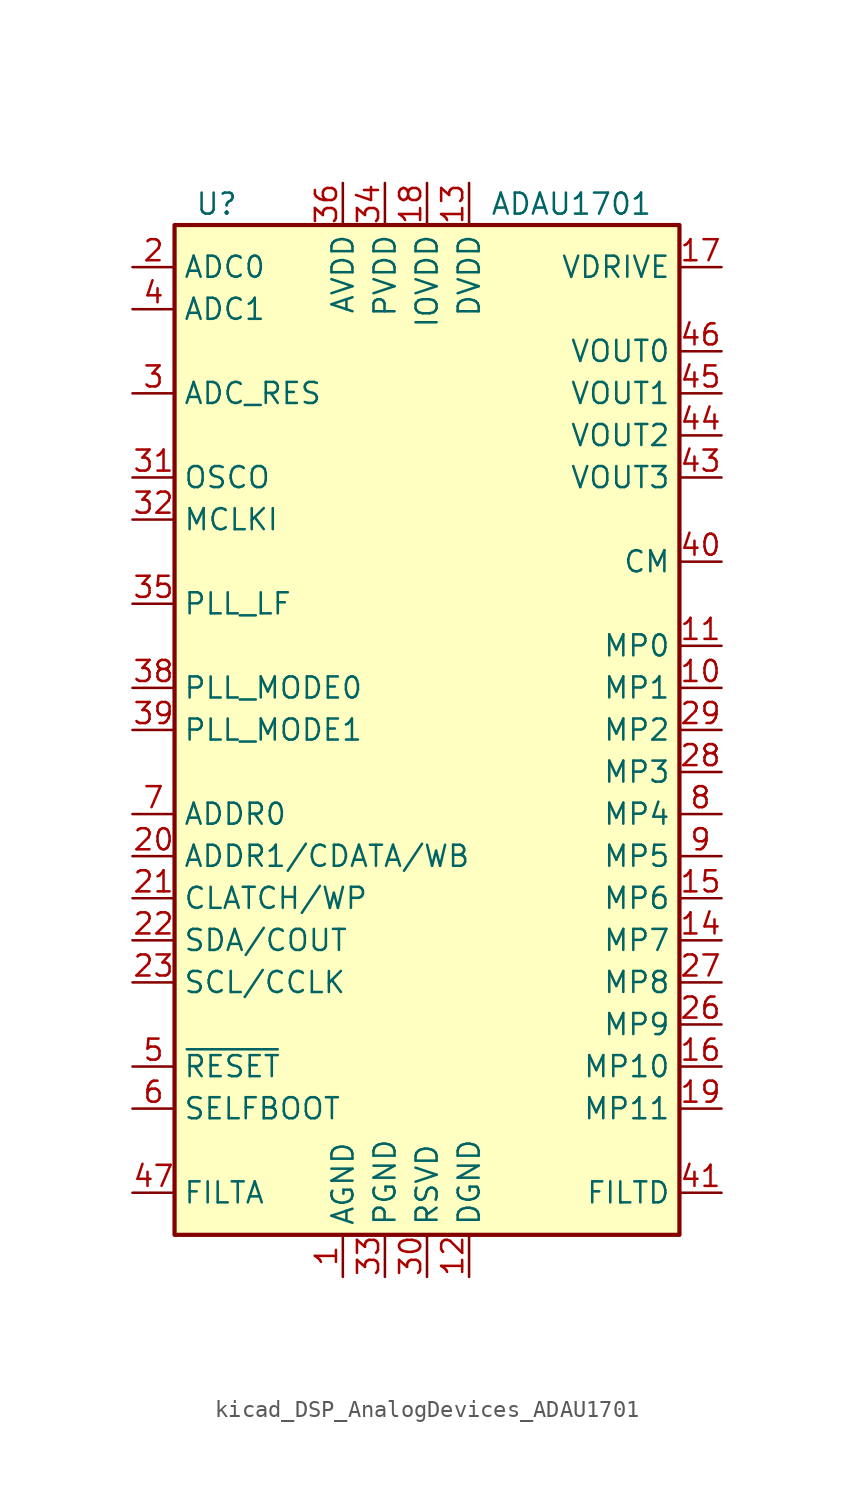
<source format=kicad_sym>
(kicad_symbol_lib
  (version 20220914)
  (generator kicad_symbol_editor)
  (symbol "kicad_DSP_AnalogDevices_ADAU1701"
    (property "Reference" "U"
      (at -12.7 31.75 0)
      (effects (font (size 1.27 1.27))))
    (property "Value" "ADAU1701"
      (at 3.81 31.75 0)
      (effects (font (size 1.27 1.27)) (justify left)))
    (symbol "kicad_DSP_AnalogDevices_ADAU1701_0_1"
      (rectangle (start -15.24 30.48) (end 15.24 -30.48) (stroke (width 0.254) (type default)) (fill (type background))))
    (symbol "kicad_DSP_AnalogDevices_ADAU1701_1_1"
      (pin power_in line (at -5.08 -33.02 90) (length 2.54) (name "AGND" (effects (font (size 1.27 1.27)))) (number "1" (effects (font (size 1.27 1.27)))))
      (pin bidirectional line (at 17.78 2.54 180) (length 2.54) (name "MP1" (effects (font (size 1.27 1.27)))) (number "10" (effects (font (size 1.27 1.27)))))
      (pin bidirectional line (at 17.78 5.08 180) (length 2.54) (name "MP0" (effects (font (size 1.27 1.27)))) (number "11" (effects (font (size 1.27 1.27)))))
      (pin power_in line (at 2.54 -33.02 90) (length 2.54) (name "DGND" (effects (font (size 1.27 1.27)))) (number "12" (effects (font (size 1.27 1.27)))))
      (pin power_in line (at 2.54 33.02 270) (length 2.54) (name "DVDD" (effects (font (size 1.27 1.27)))) (number "13" (effects (font (size 1.27 1.27)))))
      (pin bidirectional line (at 17.78 -12.7 180) (length 2.54) (name "MP7" (effects (font (size 1.27 1.27)))) (number "14" (effects (font (size 1.27 1.27)))))
      (pin bidirectional line (at 17.78 -10.16 180) (length 2.54) (name "MP6" (effects (font (size 1.27 1.27)))) (number "15" (effects (font (size 1.27 1.27)))))
      (pin bidirectional line (at 17.78 -20.32 180) (length 2.54) (name "MP10" (effects (font (size 1.27 1.27)))) (number "16" (effects (font (size 1.27 1.27)))))
      (pin output line (at 17.78 27.94 180) (length 2.54) (name "VDRIVE" (effects (font (size 1.27 1.27)))) (number "17" (effects (font (size 1.27 1.27)))))
      (pin power_in line (at 0 33.02 270) (length 2.54) (name "IOVDD" (effects (font (size 1.27 1.27)))) (number "18" (effects (font (size 1.27 1.27)))))
      (pin bidirectional line (at 17.78 -22.86 180) (length 2.54) (name "MP11" (effects (font (size 1.27 1.27)))) (number "19" (effects (font (size 1.27 1.27)))))
      (pin input line (at -17.78 27.94 0) (length 2.54) (name "ADC0" (effects (font (size 1.27 1.27)))) (number "2" (effects (font (size 1.27 1.27)))))
      (pin input line (at -17.78 -7.62 0) (length 2.54) (name "ADDR1/CDATA/WB" (effects (font (size 1.27 1.27)))) (number "20" (effects (font (size 1.27 1.27)))))
      (pin bidirectional line (at -17.78 -10.16 0) (length 2.54) (name "CLATCH/WP" (effects (font (size 1.27 1.27)))) (number "21" (effects (font (size 1.27 1.27)))))
      (pin bidirectional line (at -17.78 -12.7 0) (length 2.54) (name "SDA/COUT" (effects (font (size 1.27 1.27)))) (number "22" (effects (font (size 1.27 1.27)))))
      (pin bidirectional line (at -17.78 -15.24 0) (length 2.54) (name "SCL/CCLK" (effects (font (size 1.27 1.27)))) (number "23" (effects (font (size 1.27 1.27)))))
      (pin passive line (at 2.54 33.02 270) (length 2.54) hide (name "DVDD" (effects (font (size 1.27 1.27)))) (number "24" (effects (font (size 1.27 1.27)))))
      (pin passive line (at 2.54 -33.02 90) (length 2.54) hide (name "DGND" (effects (font (size 1.27 1.27)))) (number "25" (effects (font (size 1.27 1.27)))))
      (pin bidirectional line (at 17.78 -17.78 180) (length 2.54) (name "MP9" (effects (font (size 1.27 1.27)))) (number "26" (effects (font (size 1.27 1.27)))))
      (pin bidirectional line (at 17.78 -15.24 180) (length 2.54) (name "MP8" (effects (font (size 1.27 1.27)))) (number "27" (effects (font (size 1.27 1.27)))))
      (pin bidirectional line (at 17.78 -2.54 180) (length 2.54) (name "MP3" (effects (font (size 1.27 1.27)))) (number "28" (effects (font (size 1.27 1.27)))))
      (pin bidirectional line (at 17.78 0 180) (length 2.54) (name "MP2" (effects (font (size 1.27 1.27)))) (number "29" (effects (font (size 1.27 1.27)))))
      (pin passive line (at -17.78 20.32 0) (length 2.54) (name "ADC_RES" (effects (font (size 1.27 1.27)))) (number "3" (effects (font (size 1.27 1.27)))))
      (pin passive line (at 0 -33.02 90) (length 2.54) (name "RSVD" (effects (font (size 1.27 1.27)))) (number "30" (effects (font (size 1.27 1.27)))))
      (pin passive line (at -17.78 15.24 0) (length 2.54) (name "OSCO" (effects (font (size 1.27 1.27)))) (number "31" (effects (font (size 1.27 1.27)))))
      (pin passive line (at -17.78 12.7 0) (length 2.54) (name "MCLKI" (effects (font (size 1.27 1.27)))) (number "32" (effects (font (size 1.27 1.27)))))
      (pin power_in line (at -2.54 -33.02 90) (length 2.54) (name "PGND" (effects (font (size 1.27 1.27)))) (number "33" (effects (font (size 1.27 1.27)))))
      (pin power_in line (at -2.54 33.02 270) (length 2.54) (name "PVDD" (effects (font (size 1.27 1.27)))) (number "34" (effects (font (size 1.27 1.27)))))
      (pin passive line (at -17.78 7.62 0) (length 2.54) (name "PLL_LF" (effects (font (size 1.27 1.27)))) (number "35" (effects (font (size 1.27 1.27)))))
      (pin power_in line (at -5.08 33.02 270) (length 2.54) (name "AVDD" (effects (font (size 1.27 1.27)))) (number "36" (effects (font (size 1.27 1.27)))))
      (pin passive line (at -5.08 -33.02 90) (length 2.54) hide (name "AGND" (effects (font (size 1.27 1.27)))) (number "37" (effects (font (size 1.27 1.27)))))
      (pin input line (at -17.78 2.54 0) (length 2.54) (name "PLL_MODE0" (effects (font (size 1.27 1.27)))) (number "38" (effects (font (size 1.27 1.27)))))
      (pin input line (at -17.78 0 0) (length 2.54) (name "PLL_MODE1" (effects (font (size 1.27 1.27)))) (number "39" (effects (font (size 1.27 1.27)))))
      (pin input line (at -17.78 25.4 0) (length 2.54) (name "ADC1" (effects (font (size 1.27 1.27)))) (number "4" (effects (font (size 1.27 1.27)))))
      (pin output line (at 17.78 10.16 180) (length 2.54) (name "CM" (effects (font (size 1.27 1.27)))) (number "40" (effects (font (size 1.27 1.27)))))
      (pin output line (at 17.78 -27.94 180) (length 2.54) (name "FILTD" (effects (font (size 1.27 1.27)))) (number "41" (effects (font (size 1.27 1.27)))))
      (pin passive line (at -5.08 -33.02 90) (length 2.54) hide (name "AGND" (effects (font (size 1.27 1.27)))) (number "42" (effects (font (size 1.27 1.27)))))
      (pin output line (at 17.78 15.24 180) (length 2.54) (name "VOUT3" (effects (font (size 1.27 1.27)))) (number "43" (effects (font (size 1.27 1.27)))))
      (pin output line (at 17.78 17.78 180) (length 2.54) (name "VOUT2" (effects (font (size 1.27 1.27)))) (number "44" (effects (font (size 1.27 1.27)))))
      (pin output line (at 17.78 20.32 180) (length 2.54) (name "VOUT1" (effects (font (size 1.27 1.27)))) (number "45" (effects (font (size 1.27 1.27)))))
      (pin output line (at 17.78 22.86 180) (length 2.54) (name "VOUT0" (effects (font (size 1.27 1.27)))) (number "46" (effects (font (size 1.27 1.27)))))
      (pin output line (at -17.78 -27.94 0) (length 2.54) (name "FILTA" (effects (font (size 1.27 1.27)))) (number "47" (effects (font (size 1.27 1.27)))))
      (pin passive line (at -5.08 33.02 270) (length 2.54) hide (name "AVDD" (effects (font (size 1.27 1.27)))) (number "48" (effects (font (size 1.27 1.27)))))
      (pin input line (at -17.78 -20.32 0) (length 2.54) (name "~{RESET}" (effects (font (size 1.27 1.27)))) (number "5" (effects (font (size 1.27 1.27)))))
      (pin input line (at -17.78 -22.86 0) (length 2.54) (name "SELFBOOT" (effects (font (size 1.27 1.27)))) (number "6" (effects (font (size 1.27 1.27)))))
      (pin input line (at -17.78 -5.08 0) (length 2.54) (name "ADDR0" (effects (font (size 1.27 1.27)))) (number "7" (effects (font (size 1.27 1.27)))))
      (pin bidirectional line (at 17.78 -5.08 180) (length 2.54) (name "MP4" (effects (font (size 1.27 1.27)))) (number "8" (effects (font (size 1.27 1.27)))))
      (pin bidirectional line (at 17.78 -7.62 180) (length 2.54) (name "MP5" (effects (font (size 1.27 1.27)))) (number "9" (effects (font (size 1.27 1.27))))))))
</source>
